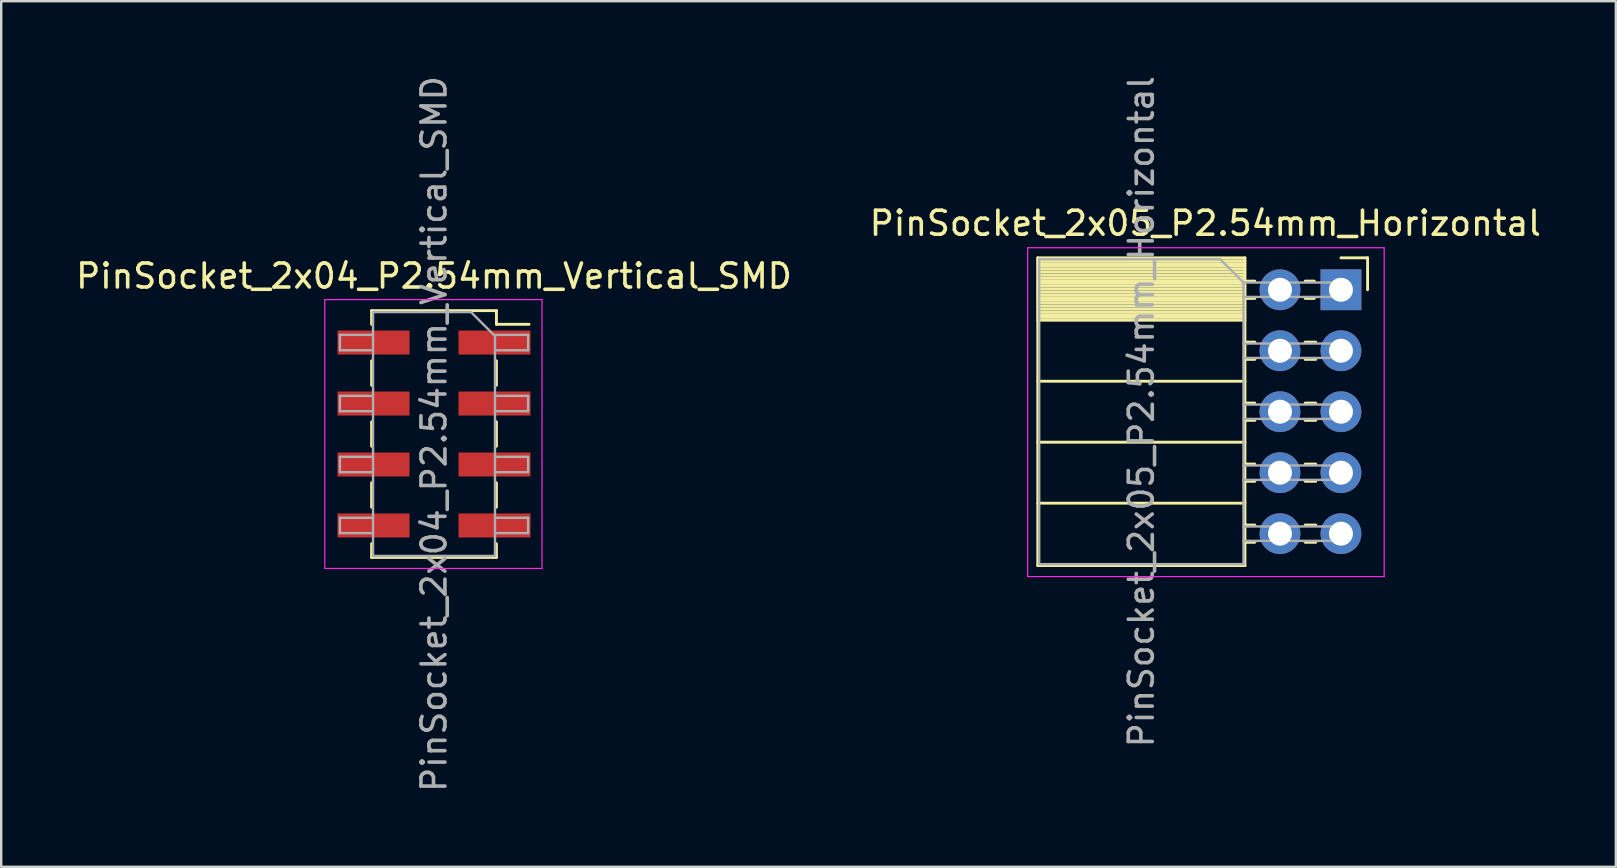
<source format=kicad_pcb>
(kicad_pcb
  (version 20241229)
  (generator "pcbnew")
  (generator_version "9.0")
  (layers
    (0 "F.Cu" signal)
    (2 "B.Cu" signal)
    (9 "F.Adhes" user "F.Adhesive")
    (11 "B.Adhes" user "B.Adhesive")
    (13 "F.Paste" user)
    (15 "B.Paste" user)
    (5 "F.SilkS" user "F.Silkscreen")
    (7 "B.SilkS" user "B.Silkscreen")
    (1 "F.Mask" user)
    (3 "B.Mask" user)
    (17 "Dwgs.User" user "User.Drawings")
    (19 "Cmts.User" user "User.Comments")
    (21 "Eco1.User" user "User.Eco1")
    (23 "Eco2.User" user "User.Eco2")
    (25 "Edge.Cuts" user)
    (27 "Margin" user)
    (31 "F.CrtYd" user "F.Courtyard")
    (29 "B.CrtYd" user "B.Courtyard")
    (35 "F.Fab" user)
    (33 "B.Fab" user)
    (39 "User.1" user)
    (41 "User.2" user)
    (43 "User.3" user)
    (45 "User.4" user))
  (footprint "PinSocket_2x05_P2.54mm_Horizontal"
    (layer "F.Cu")
    (at 52.811 9.021)
    (property "Reference" "PinSocket_2x05_P2.54mm_Horizontal" (at -5.65 -2.77 0) (layer "F.SilkS") (effects (font (size 1 1) (thickness 0.15))))
    (attr through_hole)
    (fp_line (start -12.63 -1.33) (end -12.63 11.49) (stroke (width 0.12) (type solid)) (layer "F.SilkS"))
    (fp_line (start -12.63 -1.33) (end -4 -1.33) (stroke (width 0.12) (type solid)) (layer "F.SilkS"))
    (fp_line (start -12.63 -1.21) (end -4 -1.21) (stroke (width 0.12) (type solid)) (layer "F.SilkS"))
    (fp_line (start -12.63 -1.092) (end -4 -1.092) (stroke (width 0.12) (type solid)) (layer "F.SilkS"))
    (fp_line (start -12.63 -0.974) (end -4 -0.974) (stroke (width 0.12) (type solid)) (layer "F.SilkS"))
    (fp_line (start -12.63 -0.856) (end -4 -0.856) (stroke (width 0.12) (type solid)) (layer "F.SilkS"))
    (fp_line (start -12.63 -0.738) (end -4 -0.738) (stroke (width 0.12) (type solid)) (layer "F.SilkS"))
    (fp_line (start -12.63 -0.62) (end -4 -0.62) (stroke (width 0.12) (type solid)) (layer "F.SilkS"))
    (fp_line (start -12.63 -0.501) (end -4 -0.501) (stroke (width 0.12) (type solid)) (layer "F.SilkS"))
    (fp_line (start -12.63 -0.383) (end -4 -0.383) (stroke (width 0.12) (type solid)) (layer "F.SilkS"))
    (fp_line (start -12.63 -0.265) (end -4 -0.265) (stroke (width 0.12) (type solid)) (layer "F.SilkS"))
    (fp_line (start -12.63 -0.147) (end -4 -0.147) (stroke (width 0.12) (type solid)) (layer "F.SilkS"))
    (fp_line (start -12.63 -0.029) (end -4 -0.029) (stroke (width 0.12) (type solid)) (layer "F.SilkS"))
    (fp_line (start -12.63 0.089) (end -4 0.089) (stroke (width 0.12) (type solid)) (layer "F.SilkS"))
    (fp_line (start -12.63 0.207) (end -4 0.207) (stroke (width 0.12) (type solid)) (layer "F.SilkS"))
    (fp_line (start -12.63 0.325) (end -4 0.325) (stroke (width 0.12) (type solid)) (layer "F.SilkS"))
    (fp_line (start -12.63 0.443) (end -4 0.443) (stroke (width 0.12) (type solid)) (layer "F.SilkS"))
    (fp_line (start -12.63 0.561) (end -4 0.561) (stroke (width 0.12) (type solid)) (layer "F.SilkS"))
    (fp_line (start -12.63 0.68) (end -4 0.68) (stroke (width 0.12) (type solid)) (layer "F.SilkS"))
    (fp_line (start -12.63 0.798) (end -4 0.798) (stroke (width 0.12) (type solid)) (layer "F.SilkS"))
    (fp_line (start -12.63 0.916) (end -4 0.916) (stroke (width 0.12) (type solid)) (layer "F.SilkS"))
    (fp_line (start -12.63 1.034) (end -4 1.034) (stroke (width 0.12) (type solid)) (layer "F.SilkS"))
    (fp_line (start -12.63 1.152) (end -4 1.152) (stroke (width 0.12) (type solid)) (layer "F.SilkS"))
    (fp_line (start -12.63 1.27) (end -4 1.27) (stroke (width 0.12) (type solid)) (layer "F.SilkS"))
    (fp_line (start -12.63 3.81) (end -4 3.81) (stroke (width 0.12) (type solid)) (layer "F.SilkS"))
    (fp_line (start -12.63 6.35) (end -4 6.35) (stroke (width 0.12) (type solid)) (layer "F.SilkS"))
    (fp_line (start -12.63 8.89) (end -4 8.89) (stroke (width 0.12) (type solid)) (layer "F.SilkS"))
    (fp_line (start -12.63 11.49) (end -4 11.49) (stroke (width 0.12) (type solid)) (layer "F.SilkS"))
    (fp_line (start -4 -1.33) (end -4 11.49) (stroke (width 0.12) (type solid)) (layer "F.SilkS"))
    (fp_line (start -4 -0.36) (end -3.59 -0.36) (stroke (width 0.12) (type solid)) (layer "F.SilkS"))
    (fp_line (start -4 0.36) (end -3.59 0.36) (stroke (width 0.12) (type solid)) (layer "F.SilkS"))
    (fp_line (start -4 2.18) (end -3.59 2.18) (stroke (width 0.12) (type solid)) (layer "F.SilkS"))
    (fp_line (start -4 2.9) (end -3.59 2.9) (stroke (width 0.12) (type solid)) (layer "F.SilkS"))
    (fp_line (start -4 4.72) (end -3.59 4.72) (stroke (width 0.12) (type solid)) (layer "F.SilkS"))
    (fp_line (start -4 5.44) (end -3.59 5.44) (stroke (width 0.12) (type solid)) (layer "F.SilkS"))
    (fp_line (start -4 7.26) (end -3.59 7.26) (stroke (width 0.12) (type solid)) (layer "F.SilkS"))
    (fp_line (start -4 7.98) (end -3.59 7.98) (stroke (width 0.12) (type solid)) (layer "F.SilkS"))
    (fp_line (start -4 9.8) (end -3.59 9.8) (stroke (width 0.12) (type solid)) (layer "F.SilkS"))
    (fp_line (start -4 10.52) (end -3.59 10.52) (stroke (width 0.12) (type solid)) (layer "F.SilkS"))
    (fp_line (start -1.49 -0.36) (end -1.11 -0.36) (stroke (width 0.12) (type solid)) (layer "F.SilkS"))
    (fp_line (start -1.49 0.36) (end -1.11 0.36) (stroke (width 0.12) (type solid)) (layer "F.SilkS"))
    (fp_line (start -1.49 2.18) (end -1.05 2.18) (stroke (width 0.12) (type solid)) (layer "F.SilkS"))
    (fp_line (start -1.49 2.9) (end -1.05 2.9) (stroke (width 0.12) (type solid)) (layer "F.SilkS"))
    (fp_line (start -1.49 4.72) (end -1.05 4.72) (stroke (width 0.12) (type solid)) (layer "F.SilkS"))
    (fp_line (start -1.49 5.44) (end -1.05 5.44) (stroke (width 0.12) (type solid)) (layer "F.SilkS"))
    (fp_line (start -1.49 7.26) (end -1.05 7.26) (stroke (width 0.12) (type solid)) (layer "F.SilkS"))
    (fp_line (start -1.49 7.98) (end -1.05 7.98) (stroke (width 0.12) (type solid)) (layer "F.SilkS"))
    (fp_line (start -1.49 9.8) (end -1.05 9.8) (stroke (width 0.12) (type solid)) (layer "F.SilkS"))
    (fp_line (start -1.49 10.52) (end -1.05 10.52) (stroke (width 0.12) (type solid)) (layer "F.SilkS"))
    (fp_line (start 0 -1.33) (end 1.11 -1.33) (stroke (width 0.12) (type solid)) (layer "F.SilkS"))
    (fp_line (start 1.11 -1.33) (end 1.11 0) (stroke (width 0.12) (type solid)) (layer "F.SilkS"))
    (fp_line (start -13.05 -1.75) (end -13.05 11.95) (stroke (width 0.05) (type solid)) (layer "F.CrtYd"))
    (fp_line (start -13.05 11.95) (end 1.8 11.95) (stroke (width 0.05) (type solid)) (layer "F.CrtYd"))
    (fp_line (start 1.8 -1.75) (end -13.05 -1.75) (stroke (width 0.05) (type solid)) (layer "F.CrtYd"))
    (fp_line (start 1.8 11.95) (end 1.8 -1.75) (stroke (width 0.05) (type solid)) (layer "F.CrtYd"))
    (fp_line (start -12.57 -1.27) (end -5.03 -1.27) (stroke (width 0.1) (type solid)) (layer "F.Fab"))
    (fp_line (start -12.57 11.43) (end -12.57 -1.27) (stroke (width 0.1) (type solid)) (layer "F.Fab"))
    (fp_line (start -5.03 -1.27) (end -4.06 -0.3) (stroke (width 0.1) (type solid)) (layer "F.Fab"))
    (fp_line (start -4.06 -0.3) (end -4.06 11.43) (stroke (width 0.1) (type solid)) (layer "F.Fab"))
    (fp_line (start -4.06 0.3) (end 0 0.3) (stroke (width 0.1) (type solid)) (layer "F.Fab"))
    (fp_line (start -4.06 2.84) (end 0 2.84) (stroke (width 0.1) (type solid)) (layer "F.Fab"))
    (fp_line (start -4.06 5.38) (end 0 5.38) (stroke (width 0.1) (type solid)) (layer "F.Fab"))
    (fp_line (start -4.06 7.92) (end 0 7.92) (stroke (width 0.1) (type solid)) (layer "F.Fab"))
    (fp_line (start -4.06 10.46) (end 0 10.46) (stroke (width 0.1) (type solid)) (layer "F.Fab"))
    (fp_line (start -4.06 11.43) (end -12.57 11.43) (stroke (width 0.1) (type solid)) (layer "F.Fab"))
    (fp_line (start 0 -0.3) (end -4.06 -0.3) (stroke (width 0.1) (type solid)) (layer "F.Fab"))
    (fp_line (start 0 0.3) (end 0 -0.3) (stroke (width 0.1) (type solid)) (layer "F.Fab"))
    (fp_line (start 0 2.24) (end -4.06 2.24) (stroke (width 0.1) (type solid)) (layer "F.Fab"))
    (fp_line (start 0 2.84) (end 0 2.24) (stroke (width 0.1) (type solid)) (layer "F.Fab"))
    (fp_line (start 0 4.78) (end -4.06 4.78) (stroke (width 0.1) (type solid)) (layer "F.Fab"))
    (fp_line (start 0 5.38) (end 0 4.78) (stroke (width 0.1) (type solid)) (layer "F.Fab"))
    (fp_line (start 0 7.32) (end -4.06 7.32) (stroke (width 0.1) (type solid)) (layer "F.Fab"))
    (fp_line (start 0 7.92) (end 0 7.32) (stroke (width 0.1) (type solid)) (layer "F.Fab"))
    (fp_line (start 0 9.86) (end -4.06 9.86) (stroke (width 0.1) (type solid)) (layer "F.Fab"))
    (fp_line (start 0 10.46) (end 0 9.86) (stroke (width 0.1) (type solid)) (layer "F.Fab"))
    (fp_text user "${REFERENCE}" (at -8.315 5.08 90) (layer "F.Fab") (effects (font (size 1 1) (thickness 0.15))))
    (pad "1" thru_hole rect (at 0 0) (size 1.7 1.7) (drill 1) (layers "*.Cu" "*.Mask"))
    (pad "2" thru_hole oval (at -2.54 0) (size 1.7 1.7) (drill 1) (layers "*.Cu" "*.Mask"))
    (pad "3" thru_hole oval (at 0 2.54) (size 1.7 1.7) (drill 1) (layers "*.Cu" "*.Mask"))
    (pad "4" thru_hole oval (at -2.54 2.54) (size 1.7 1.7) (drill 1) (layers "*.Cu" "*.Mask"))
    (pad "5" thru_hole oval (at 0 5.08) (size 1.7 1.7) (drill 1) (layers "*.Cu" "*.Mask"))
    (pad "6" thru_hole oval (at -2.54 5.08) (size 1.7 1.7) (drill 1) (layers "*.Cu" "*.Mask"))
    (pad "7" thru_hole oval (at 0 7.62) (size 1.7 1.7) (drill 1) (layers "*.Cu" "*.Mask"))
    (pad "8" thru_hole oval (at -2.54 7.62) (size 1.7 1.7) (drill 1) (layers "*.Cu" "*.Mask"))
    (pad "9" thru_hole oval (at 0 10.16) (size 1.7 1.7) (drill 1) (layers "*.Cu" "*.Mask"))
    (pad "10" thru_hole oval (at -2.54 10.16) (size 1.7 1.7) (drill 1) (layers "*.Cu" "*.Mask")))
  (footprint "PinSocket_2x04_P2.54mm_Vertical_SMD"
    (layer "F.Cu")
    (at 15.03 15.03)
    (property "Reference" "PinSocket_2x04_P2.54mm_Vertical_SMD" (at 0 -6.58 0) (layer "F.SilkS") (effects (font (size 1 1) (thickness 0.15))))
    (attr smd)
    (fp_line (start -2.6 -5.14) (end -2.6 -4.57) (stroke (width 0.12) (type solid)) (layer "F.SilkS"))
    (fp_line (start -2.6 -5.14) (end 2.6 -5.14) (stroke (width 0.12) (type solid)) (layer "F.SilkS"))
    (fp_line (start -2.6 -3.05) (end -2.6 -2.03) (stroke (width 0.12) (type solid)) (layer "F.SilkS"))
    (fp_line (start -2.6 -0.51) (end -2.6 0.51) (stroke (width 0.12) (type solid)) (layer "F.SilkS"))
    (fp_line (start -2.6 2.03) (end -2.6 3.05) (stroke (width 0.12) (type solid)) (layer "F.SilkS"))
    (fp_line (start -2.6 4.57) (end -2.6 5.14) (stroke (width 0.12) (type solid)) (layer "F.SilkS"))
    (fp_line (start -2.6 5.14) (end 2.6 5.14) (stroke (width 0.12) (type solid)) (layer "F.SilkS"))
    (fp_line (start 2.6 -5.14) (end 2.6 -4.57) (stroke (width 0.12) (type solid)) (layer "F.SilkS"))
    (fp_line (start 2.6 -4.57) (end 3.96 -4.57) (stroke (width 0.12) (type solid)) (layer "F.SilkS"))
    (fp_line (start 2.6 -3.05) (end 2.6 -2.03) (stroke (width 0.12) (type solid)) (layer "F.SilkS"))
    (fp_line (start 2.6 -0.51) (end 2.6 0.51) (stroke (width 0.12) (type solid)) (layer "F.SilkS"))
    (fp_line (start 2.6 2.03) (end 2.6 3.05) (stroke (width 0.12) (type solid)) (layer "F.SilkS"))
    (fp_line (start 2.6 4.57) (end 2.6 5.14) (stroke (width 0.12) (type solid)) (layer "F.SilkS"))
    (fp_line (start -4.55 -5.6) (end 4.5 -5.6) (stroke (width 0.05) (type solid)) (layer "F.CrtYd"))
    (fp_line (start -4.55 5.6) (end -4.55 -5.6) (stroke (width 0.05) (type solid)) (layer "F.CrtYd"))
    (fp_line (start 4.5 -5.6) (end 4.5 5.6) (stroke (width 0.05) (type solid)) (layer "F.CrtYd"))
    (fp_line (start 4.5 5.6) (end -4.55 5.6) (stroke (width 0.05) (type solid)) (layer "F.CrtYd"))
    (fp_line (start -3.92 -4.13) (end -2.54 -4.13) (stroke (width 0.1) (type solid)) (layer "F.Fab"))
    (fp_line (start -3.92 -3.49) (end -3.92 -4.13) (stroke (width 0.1) (type solid)) (layer "F.Fab"))
    (fp_line (start -3.92 -1.59) (end -2.54 -1.59) (stroke (width 0.1) (type solid)) (layer "F.Fab"))
    (fp_line (start -3.92 -0.95) (end -3.92 -1.59) (stroke (width 0.1) (type solid)) (layer "F.Fab"))
    (fp_line (start -3.92 0.95) (end -2.54 0.95) (stroke (width 0.1) (type solid)) (layer "F.Fab"))
    (fp_line (start -3.92 1.59) (end -3.92 0.95) (stroke (width 0.1) (type solid)) (layer "F.Fab"))
    (fp_line (start -3.92 3.49) (end -2.54 3.49) (stroke (width 0.1) (type solid)) (layer "F.Fab"))
    (fp_line (start -3.92 4.13) (end -3.92 3.49) (stroke (width 0.1) (type solid)) (layer "F.Fab"))
    (fp_line (start -2.54 -5.08) (end 1.54 -5.08) (stroke (width 0.1) (type solid)) (layer "F.Fab"))
    (fp_line (start -2.54 -3.49) (end -3.92 -3.49) (stroke (width 0.1) (type solid)) (layer "F.Fab"))
    (fp_line (start -2.54 -0.95) (end -3.92 -0.95) (stroke (width 0.1) (type solid)) (layer "F.Fab"))
    (fp_line (start -2.54 1.59) (end -3.92 1.59) (stroke (width 0.1) (type solid)) (layer "F.Fab"))
    (fp_line (start -2.54 4.13) (end -3.92 4.13) (stroke (width 0.1) (type solid)) (layer "F.Fab"))
    (fp_line (start -2.54 5.08) (end -2.54 -5.08) (stroke (width 0.1) (type solid)) (layer "F.Fab"))
    (fp_line (start 1.54 -5.08) (end 2.54 -4.08) (stroke (width 0.1) (type solid)) (layer "F.Fab"))
    (fp_line (start 2.54 -4.13) (end 3.92 -4.13) (stroke (width 0.1) (type solid)) (layer "F.Fab"))
    (fp_line (start 2.54 -4.08) (end 2.54 5.08) (stroke (width 0.1) (type solid)) (layer "F.Fab"))
    (fp_line (start 2.54 -1.59) (end 3.92 -1.59) (stroke (width 0.1) (type solid)) (layer "F.Fab"))
    (fp_line (start 2.54 0.95) (end 3.92 0.95) (stroke (width 0.1) (type solid)) (layer "F.Fab"))
    (fp_line (start 2.54 3.49) (end 3.92 3.49) (stroke (width 0.1) (type solid)) (layer "F.Fab"))
    (fp_line (start 2.54 5.08) (end -2.54 5.08) (stroke (width 0.1) (type solid)) (layer "F.Fab"))
    (fp_line (start 3.92 -4.13) (end 3.92 -3.49) (stroke (width 0.1) (type solid)) (layer "F.Fab"))
    (fp_line (start 3.92 -3.49) (end 2.54 -3.49) (stroke (width 0.1) (type solid)) (layer "F.Fab"))
    (fp_line (start 3.92 -1.59) (end 3.92 -0.95) (stroke (width 0.1) (type solid)) (layer "F.Fab"))
    (fp_line (start 3.92 -0.95) (end 2.54 -0.95) (stroke (width 0.1) (type solid)) (layer "F.Fab"))
    (fp_line (start 3.92 0.95) (end 3.92 1.59) (stroke (width 0.1) (type solid)) (layer "F.Fab"))
    (fp_line (start 3.92 1.59) (end 2.54 1.59) (stroke (width 0.1) (type solid)) (layer "F.Fab"))
    (fp_line (start 3.92 3.49) (end 3.92 4.13) (stroke (width 0.1) (type solid)) (layer "F.Fab"))
    (fp_line (start 3.92 4.13) (end 2.54 4.13) (stroke (width 0.1) (type solid)) (layer "F.Fab"))
    (fp_text user "${REFERENCE}" (at 0 0 90) (layer "F.Fab") (effects (font (size 1 1) (thickness 0.15))))
    (pad "1" smd rect (at 2.52 -3.81) (size 3 1) (layers "F.Cu" "F.Mask" "F.Paste"))
    (pad "2" smd rect (at -2.52 -3.81) (size 3 1) (layers "F.Cu" "F.Mask" "F.Paste"))
    (pad "3" smd rect (at 2.52 -1.27) (size 3 1) (layers "F.Cu" "F.Mask" "F.Paste"))
    (pad "4" smd rect (at -2.52 -1.27) (size 3 1) (layers "F.Cu" "F.Mask" "F.Paste"))
    (pad "5" smd rect (at 2.52 1.27) (size 3 1) (layers "F.Cu" "F.Mask" "F.Paste"))
    (pad "6" smd rect (at -2.52 1.27) (size 3 1) (layers "F.Cu" "F.Mask" "F.Paste"))
    (pad "7" smd rect (at 2.52 3.81) (size 3 1) (layers "F.Cu" "F.Mask" "F.Paste"))
    (pad "8" smd rect (at -2.52 3.81) (size 3 1) (layers "F.Cu" "F.Mask" "F.Paste")))
  (gr_rect
    (start -3 -3)
    (end 64.262 33.06)
    (stroke (width 0.1) (type default))
    (fill no)
    (layer "Edge.Cuts")))
</source>
